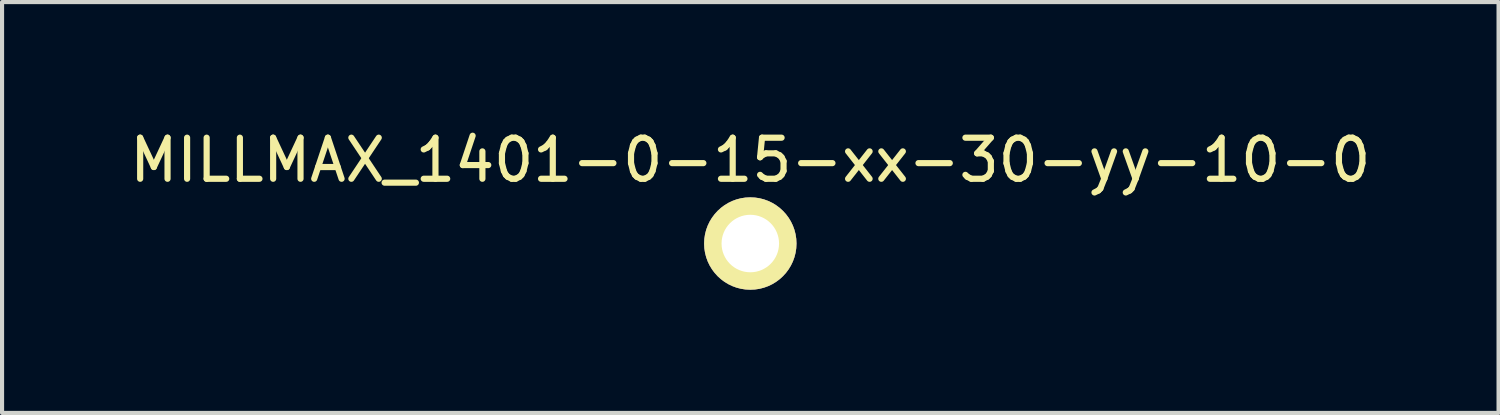
<source format=kicad_pcb>
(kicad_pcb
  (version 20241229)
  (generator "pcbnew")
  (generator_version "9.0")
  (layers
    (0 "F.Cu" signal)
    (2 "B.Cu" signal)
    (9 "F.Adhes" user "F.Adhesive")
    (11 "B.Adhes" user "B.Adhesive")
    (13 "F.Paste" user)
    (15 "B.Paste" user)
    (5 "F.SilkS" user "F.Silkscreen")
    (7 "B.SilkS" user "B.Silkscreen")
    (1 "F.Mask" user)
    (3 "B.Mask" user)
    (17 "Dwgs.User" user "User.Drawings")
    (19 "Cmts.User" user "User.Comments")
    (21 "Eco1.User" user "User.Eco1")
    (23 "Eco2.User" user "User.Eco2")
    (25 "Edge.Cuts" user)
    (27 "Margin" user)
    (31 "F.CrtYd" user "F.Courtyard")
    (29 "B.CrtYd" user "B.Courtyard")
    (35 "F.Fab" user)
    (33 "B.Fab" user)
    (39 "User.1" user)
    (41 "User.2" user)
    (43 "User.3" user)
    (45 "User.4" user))
  (footprint "MILLMAX_1401-0-15-xx-30-yy-10-0"
    (layer "F.Cu")
    (at 15.22 2.88)
    (property "Reference" "MILLMAX_1401-0-15-xx-30-yy-10-0" (at 0 -2.032 0) (layer "F.SilkS") (effects (font (size 1 1) (thickness 0.15))))
    (attr through_hole)
    (pad "1" thru_hole circle (at 0 0) (size 2.25 2.25) (drill 1.4) (layers "*.Cu" "*.Mask" "F.SilkS")))
  (gr_rect
    (start -3 -3)
    (end 33.44 7.005)
    (stroke (width 0.1) (type default))
    (fill no)
    (layer "Edge.Cuts")))
</source>
